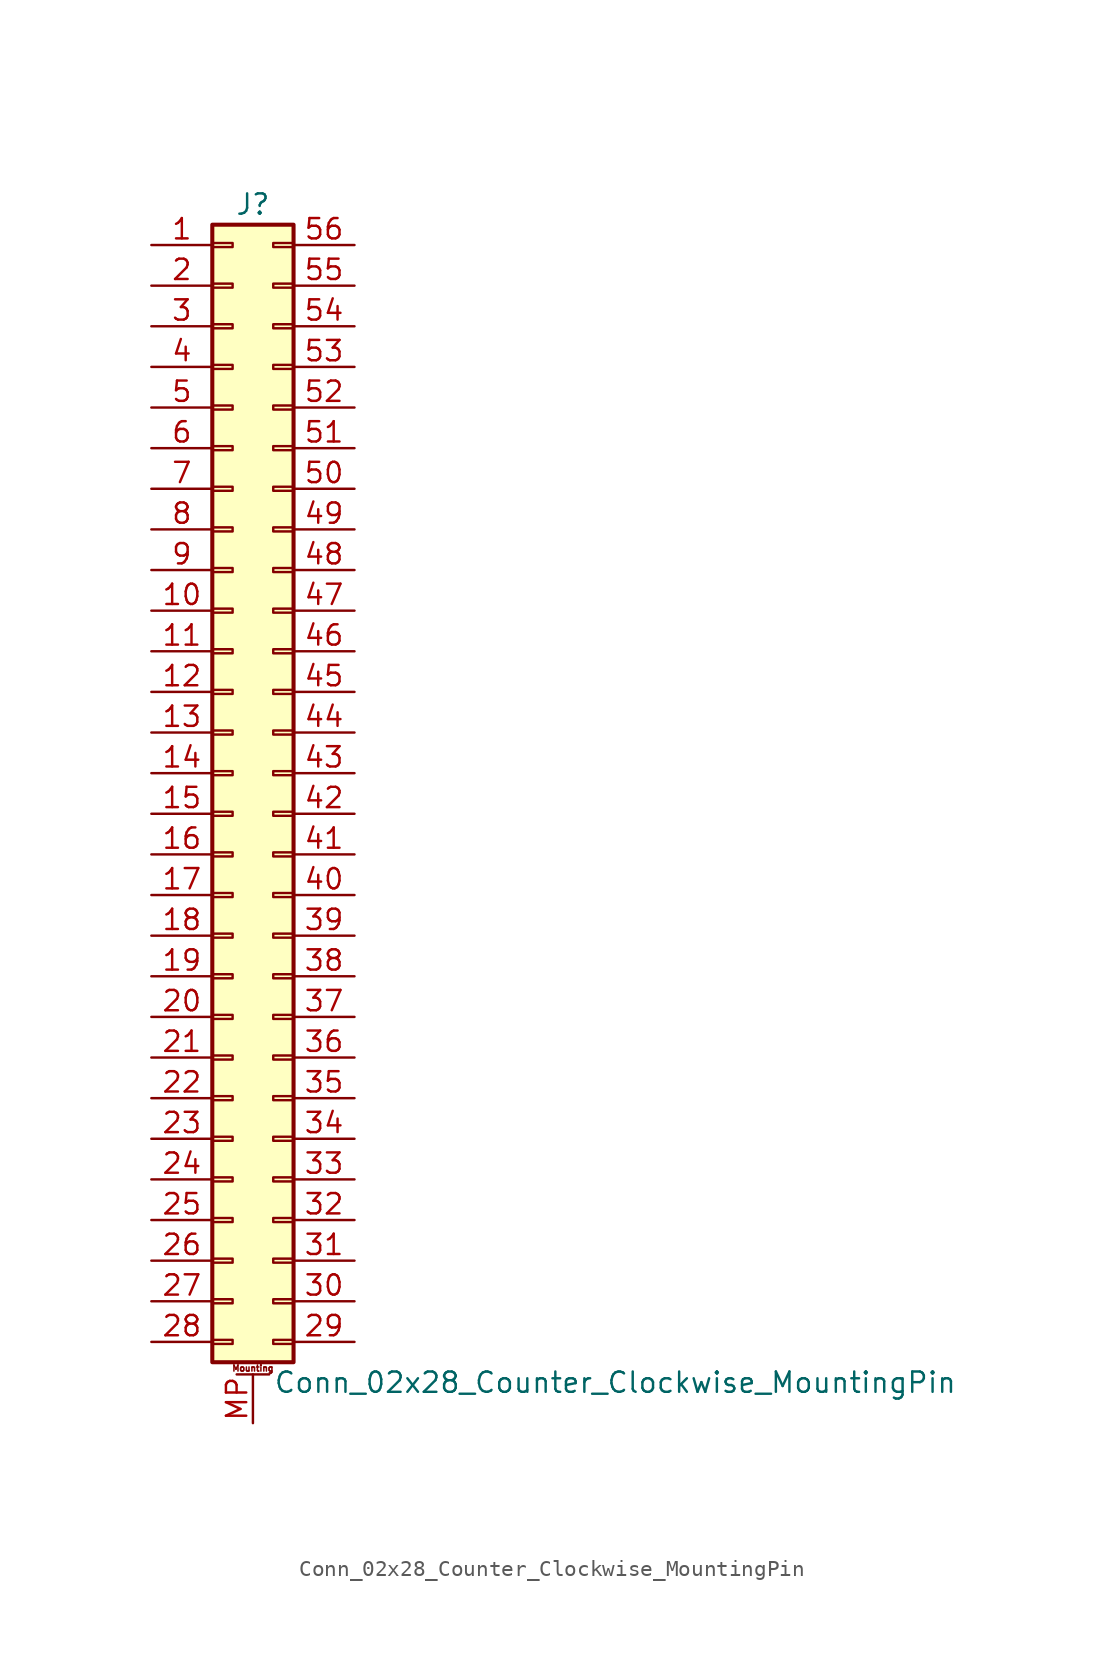
<source format=kicad_sym>
(kicad_symbol_lib
  (version 20201005)
  (generator kicad_symbol_editor)
  (symbol "Conn_02x28_Counter_Clockwise_MountingPin"
    (pin_names
      (offset 1.016) hide)
    (property "Reference" "J"
      (at 1.27 35.56 0)
      (effects (font (size 1.27 1.27))))
    (property "Value" "Conn_02x28_Counter_Clockwise_MountingPin"
      (at 2.54 -38.1 0)
      (effects (font (size 1.27 1.27)) (justify left)))
    (symbol "Conn_02x28_Counter_Clockwise_MountingPin_1_1"
      (text "Mounting" (at 1.27 -37.211 0) (effects (font (size 0.381 0.381))))
      (rectangle (start -1.27 -35.433) (end 0 -35.687) (stroke (width 0.152)) (fill (type none)))
      (rectangle (start -1.27 -32.893) (end 0 -33.147) (stroke (width 0.152)) (fill (type none)))
      (rectangle (start -1.27 -30.353) (end 0 -30.607) (stroke (width 0.152)) (fill (type none)))
      (rectangle (start -1.27 -27.813) (end 0 -28.067) (stroke (width 0.152)) (fill (type none)))
      (rectangle (start -1.27 -25.273) (end 0 -25.527) (stroke (width 0.152)) (fill (type none)))
      (rectangle (start -1.27 -22.733) (end 0 -22.987) (stroke (width 0.152)) (fill (type none)))
      (rectangle (start -1.27 -20.193) (end 0 -20.447) (stroke (width 0.152)) (fill (type none)))
      (rectangle (start -1.27 -17.653) (end 0 -17.907) (stroke (width 0.152)) (fill (type none)))
      (rectangle (start -1.27 -15.113) (end 0 -15.367) (stroke (width 0.152)) (fill (type none)))
      (rectangle (start -1.27 -12.573) (end 0 -12.827) (stroke (width 0.152)) (fill (type none)))
      (rectangle (start -1.27 -10.033) (end 0 -10.287) (stroke (width 0.152)) (fill (type none)))
      (rectangle (start -1.27 -7.493) (end 0 -7.747) (stroke (width 0.152)) (fill (type none)))
      (rectangle (start -1.27 -4.953) (end 0 -5.207) (stroke (width 0.152)) (fill (type none)))
      (rectangle (start -1.27 -2.413) (end 0 -2.667) (stroke (width 0.152)) (fill (type none)))
      (rectangle (start -1.27 0.127) (end 0 -0.127) (stroke (width 0.152)) (fill (type none)))
      (rectangle (start -1.27 2.667) (end 0 2.413) (stroke (width 0.152)) (fill (type none)))
      (rectangle (start -1.27 5.207) (end 0 4.953) (stroke (width 0.152)) (fill (type none)))
      (rectangle (start -1.27 7.747) (end 0 7.493) (stroke (width 0.152)) (fill (type none)))
      (rectangle (start -1.27 10.287) (end 0 10.033) (stroke (width 0.152)) (fill (type none)))
      (rectangle (start -1.27 12.827) (end 0 12.573) (stroke (width 0.152)) (fill (type none)))
      (rectangle (start -1.27 15.367) (end 0 15.113) (stroke (width 0.152)) (fill (type none)))
      (rectangle (start -1.27 17.907) (end 0 17.653) (stroke (width 0.152)) (fill (type none)))
      (rectangle (start -1.27 20.447) (end 0 20.193) (stroke (width 0.152)) (fill (type none)))
      (rectangle (start -1.27 22.987) (end 0 22.733) (stroke (width 0.152)) (fill (type none)))
      (rectangle (start -1.27 25.527) (end 0 25.273) (stroke (width 0.152)) (fill (type none)))
      (rectangle (start -1.27 28.067) (end 0 27.813) (stroke (width 0.152)) (fill (type none)))
      (rectangle (start -1.27 30.607) (end 0 30.353) (stroke (width 0.152)) (fill (type none)))
      (rectangle (start -1.27 33.147) (end 0 32.893) (stroke (width 0.152)) (fill (type none)))
      (rectangle (start 3.81 -35.433) (end 2.54 -35.687) (stroke (width 0.152)) (fill (type none)))
      (rectangle (start 3.81 -32.893) (end 2.54 -33.147) (stroke (width 0.152)) (fill (type none)))
      (rectangle (start 3.81 -30.353) (end 2.54 -30.607) (stroke (width 0.152)) (fill (type none)))
      (rectangle (start 3.81 -27.813) (end 2.54 -28.067) (stroke (width 0.152)) (fill (type none)))
      (rectangle (start 3.81 -25.273) (end 2.54 -25.527) (stroke (width 0.152)) (fill (type none)))
      (rectangle (start 3.81 -22.733) (end 2.54 -22.987) (stroke (width 0.152)) (fill (type none)))
      (rectangle (start 3.81 -20.193) (end 2.54 -20.447) (stroke (width 0.152)) (fill (type none)))
      (rectangle (start 3.81 -17.653) (end 2.54 -17.907) (stroke (width 0.152)) (fill (type none)))
      (rectangle (start 3.81 -15.113) (end 2.54 -15.367) (stroke (width 0.152)) (fill (type none)))
      (rectangle (start 3.81 -12.573) (end 2.54 -12.827) (stroke (width 0.152)) (fill (type none)))
      (rectangle (start 3.81 -10.033) (end 2.54 -10.287) (stroke (width 0.152)) (fill (type none)))
      (rectangle (start 3.81 -7.493) (end 2.54 -7.747) (stroke (width 0.152)) (fill (type none)))
      (rectangle (start 3.81 -4.953) (end 2.54 -5.207) (stroke (width 0.152)) (fill (type none)))
      (rectangle (start 3.81 -2.413) (end 2.54 -2.667) (stroke (width 0.152)) (fill (type none)))
      (rectangle (start 3.81 0.127) (end 2.54 -0.127) (stroke (width 0.152)) (fill (type none)))
      (rectangle (start 3.81 2.667) (end 2.54 2.413) (stroke (width 0.152)) (fill (type none)))
      (rectangle (start 3.81 5.207) (end 2.54 4.953) (stroke (width 0.152)) (fill (type none)))
      (rectangle (start 3.81 7.747) (end 2.54 7.493) (stroke (width 0.152)) (fill (type none)))
      (rectangle (start 3.81 10.287) (end 2.54 10.033) (stroke (width 0.152)) (fill (type none)))
      (rectangle (start 3.81 12.827) (end 2.54 12.573) (stroke (width 0.152)) (fill (type none)))
      (rectangle (start 3.81 15.367) (end 2.54 15.113) (stroke (width 0.152)) (fill (type none)))
      (rectangle (start 3.81 17.907) (end 2.54 17.653) (stroke (width 0.152)) (fill (type none)))
      (rectangle (start 3.81 20.447) (end 2.54 20.193) (stroke (width 0.152)) (fill (type none)))
      (rectangle (start 3.81 22.987) (end 2.54 22.733) (stroke (width 0.152)) (fill (type none)))
      (rectangle (start 3.81 25.527) (end 2.54 25.273) (stroke (width 0.152)) (fill (type none)))
      (rectangle (start 3.81 28.067) (end 2.54 27.813) (stroke (width 0.152)) (fill (type none)))
      (rectangle (start 3.81 30.607) (end 2.54 30.353) (stroke (width 0.152)) (fill (type none)))
      (rectangle (start 3.81 33.147) (end 2.54 32.893) (stroke (width 0.152)) (fill (type none)))
      (rectangle (start -1.27 34.29) (end 3.81 -36.83) (stroke (width 0.254)) (fill (type background)))
      (polyline (pts (xy 0.254 -37.592) (xy 2.286 -37.592)) (stroke (width 0.152)) (fill (type none)))
      (pin passive line (at -5.08 33.02 0) (length 3.81) (name "Pin_1" (effects (font (size 1.27 1.27)))) (number "1" (effects (font (size 1.27 1.27)))))
      (pin passive line (at -5.08 10.16 0) (length 3.81) (name "Pin_10" (effects (font (size 1.27 1.27)))) (number "10" (effects (font (size 1.27 1.27)))))
      (pin passive line (at -5.08 7.62 0) (length 3.81) (name "Pin_11" (effects (font (size 1.27 1.27)))) (number "11" (effects (font (size 1.27 1.27)))))
      (pin passive line (at -5.08 5.08 0) (length 3.81) (name "Pin_12" (effects (font (size 1.27 1.27)))) (number "12" (effects (font (size 1.27 1.27)))))
      (pin passive line (at -5.08 2.54 0) (length 3.81) (name "Pin_13" (effects (font (size 1.27 1.27)))) (number "13" (effects (font (size 1.27 1.27)))))
      (pin passive line (at -5.08 0 0) (length 3.81) (name "Pin_14" (effects (font (size 1.27 1.27)))) (number "14" (effects (font (size 1.27 1.27)))))
      (pin passive line (at -5.08 -2.54 0) (length 3.81) (name "Pin_15" (effects (font (size 1.27 1.27)))) (number "15" (effects (font (size 1.27 1.27)))))
      (pin passive line (at -5.08 -5.08 0) (length 3.81) (name "Pin_16" (effects (font (size 1.27 1.27)))) (number "16" (effects (font (size 1.27 1.27)))))
      (pin passive line (at -5.08 -7.62 0) (length 3.81) (name "Pin_17" (effects (font (size 1.27 1.27)))) (number "17" (effects (font (size 1.27 1.27)))))
      (pin passive line (at -5.08 -10.16 0) (length 3.81) (name "Pin_18" (effects (font (size 1.27 1.27)))) (number "18" (effects (font (size 1.27 1.27)))))
      (pin passive line (at -5.08 -12.7 0) (length 3.81) (name "Pin_19" (effects (font (size 1.27 1.27)))) (number "19" (effects (font (size 1.27 1.27)))))
      (pin passive line (at -5.08 30.48 0) (length 3.81) (name "Pin_2" (effects (font (size 1.27 1.27)))) (number "2" (effects (font (size 1.27 1.27)))))
      (pin passive line (at -5.08 -15.24 0) (length 3.81) (name "Pin_20" (effects (font (size 1.27 1.27)))) (number "20" (effects (font (size 1.27 1.27)))))
      (pin passive line (at -5.08 -17.78 0) (length 3.81) (name "Pin_21" (effects (font (size 1.27 1.27)))) (number "21" (effects (font (size 1.27 1.27)))))
      (pin passive line (at -5.08 -20.32 0) (length 3.81) (name "Pin_22" (effects (font (size 1.27 1.27)))) (number "22" (effects (font (size 1.27 1.27)))))
      (pin passive line (at -5.08 -22.86 0) (length 3.81) (name "Pin_23" (effects (font (size 1.27 1.27)))) (number "23" (effects (font (size 1.27 1.27)))))
      (pin passive line (at -5.08 -25.4 0) (length 3.81) (name "Pin_24" (effects (font (size 1.27 1.27)))) (number "24" (effects (font (size 1.27 1.27)))))
      (pin passive line (at -5.08 -27.94 0) (length 3.81) (name "Pin_25" (effects (font (size 1.27 1.27)))) (number "25" (effects (font (size 1.27 1.27)))))
      (pin passive line (at -5.08 -30.48 0) (length 3.81) (name "Pin_26" (effects (font (size 1.27 1.27)))) (number "26" (effects (font (size 1.27 1.27)))))
      (pin passive line (at -5.08 -33.02 0) (length 3.81) (name "Pin_27" (effects (font (size 1.27 1.27)))) (number "27" (effects (font (size 1.27 1.27)))))
      (pin passive line (at -5.08 -35.56 0) (length 3.81) (name "Pin_28" (effects (font (size 1.27 1.27)))) (number "28" (effects (font (size 1.27 1.27)))))
      (pin passive line (at 7.62 -35.56 180) (length 3.81) (name "Pin_29" (effects (font (size 1.27 1.27)))) (number "29" (effects (font (size 1.27 1.27)))))
      (pin passive line (at -5.08 27.94 0) (length 3.81) (name "Pin_3" (effects (font (size 1.27 1.27)))) (number "3" (effects (font (size 1.27 1.27)))))
      (pin passive line (at 7.62 -33.02 180) (length 3.81) (name "Pin_30" (effects (font (size 1.27 1.27)))) (number "30" (effects (font (size 1.27 1.27)))))
      (pin passive line (at 7.62 -30.48 180) (length 3.81) (name "Pin_31" (effects (font (size 1.27 1.27)))) (number "31" (effects (font (size 1.27 1.27)))))
      (pin passive line (at 7.62 -27.94 180) (length 3.81) (name "Pin_32" (effects (font (size 1.27 1.27)))) (number "32" (effects (font (size 1.27 1.27)))))
      (pin passive line (at 7.62 -25.4 180) (length 3.81) (name "Pin_33" (effects (font (size 1.27 1.27)))) (number "33" (effects (font (size 1.27 1.27)))))
      (pin passive line (at 7.62 -22.86 180) (length 3.81) (name "Pin_34" (effects (font (size 1.27 1.27)))) (number "34" (effects (font (size 1.27 1.27)))))
      (pin passive line (at 7.62 -20.32 180) (length 3.81) (name "Pin_35" (effects (font (size 1.27 1.27)))) (number "35" (effects (font (size 1.27 1.27)))))
      (pin passive line (at 7.62 -17.78 180) (length 3.81) (name "Pin_36" (effects (font (size 1.27 1.27)))) (number "36" (effects (font (size 1.27 1.27)))))
      (pin passive line (at 7.62 -15.24 180) (length 3.81) (name "Pin_37" (effects (font (size 1.27 1.27)))) (number "37" (effects (font (size 1.27 1.27)))))
      (pin passive line (at 7.62 -12.7 180) (length 3.81) (name "Pin_38" (effects (font (size 1.27 1.27)))) (number "38" (effects (font (size 1.27 1.27)))))
      (pin passive line (at 7.62 -10.16 180) (length 3.81) (name "Pin_39" (effects (font (size 1.27 1.27)))) (number "39" (effects (font (size 1.27 1.27)))))
      (pin passive line (at -5.08 25.4 0) (length 3.81) (name "Pin_4" (effects (font (size 1.27 1.27)))) (number "4" (effects (font (size 1.27 1.27)))))
      (pin passive line (at 7.62 -7.62 180) (length 3.81) (name "Pin_40" (effects (font (size 1.27 1.27)))) (number "40" (effects (font (size 1.27 1.27)))))
      (pin passive line (at 7.62 -5.08 180) (length 3.81) (name "Pin_41" (effects (font (size 1.27 1.27)))) (number "41" (effects (font (size 1.27 1.27)))))
      (pin passive line (at 7.62 -2.54 180) (length 3.81) (name "Pin_42" (effects (font (size 1.27 1.27)))) (number "42" (effects (font (size 1.27 1.27)))))
      (pin passive line (at 7.62 0 180) (length 3.81) (name "Pin_43" (effects (font (size 1.27 1.27)))) (number "43" (effects (font (size 1.27 1.27)))))
      (pin passive line (at 7.62 2.54 180) (length 3.81) (name "Pin_44" (effects (font (size 1.27 1.27)))) (number "44" (effects (font (size 1.27 1.27)))))
      (pin passive line (at 7.62 5.08 180) (length 3.81) (name "Pin_45" (effects (font (size 1.27 1.27)))) (number "45" (effects (font (size 1.27 1.27)))))
      (pin passive line (at 7.62 7.62 180) (length 3.81) (name "Pin_46" (effects (font (size 1.27 1.27)))) (number "46" (effects (font (size 1.27 1.27)))))
      (pin passive line (at 7.62 10.16 180) (length 3.81) (name "Pin_47" (effects (font (size 1.27 1.27)))) (number "47" (effects (font (size 1.27 1.27)))))
      (pin passive line (at 7.62 12.7 180) (length 3.81) (name "Pin_48" (effects (font (size 1.27 1.27)))) (number "48" (effects (font (size 1.27 1.27)))))
      (pin passive line (at 7.62 15.24 180) (length 3.81) (name "Pin_49" (effects (font (size 1.27 1.27)))) (number "49" (effects (font (size 1.27 1.27)))))
      (pin passive line (at -5.08 22.86 0) (length 3.81) (name "Pin_5" (effects (font (size 1.27 1.27)))) (number "5" (effects (font (size 1.27 1.27)))))
      (pin passive line (at 7.62 17.78 180) (length 3.81) (name "Pin_50" (effects (font (size 1.27 1.27)))) (number "50" (effects (font (size 1.27 1.27)))))
      (pin passive line (at 7.62 20.32 180) (length 3.81) (name "Pin_51" (effects (font (size 1.27 1.27)))) (number "51" (effects (font (size 1.27 1.27)))))
      (pin passive line (at 7.62 22.86 180) (length 3.81) (name "Pin_52" (effects (font (size 1.27 1.27)))) (number "52" (effects (font (size 1.27 1.27)))))
      (pin passive line (at 7.62 25.4 180) (length 3.81) (name "Pin_53" (effects (font (size 1.27 1.27)))) (number "53" (effects (font (size 1.27 1.27)))))
      (pin passive line (at 7.62 27.94 180) (length 3.81) (name "Pin_54" (effects (font (size 1.27 1.27)))) (number "54" (effects (font (size 1.27 1.27)))))
      (pin passive line (at 7.62 30.48 180) (length 3.81) (name "Pin_55" (effects (font (size 1.27 1.27)))) (number "55" (effects (font (size 1.27 1.27)))))
      (pin passive line (at 7.62 33.02 180) (length 3.81) (name "Pin_56" (effects (font (size 1.27 1.27)))) (number "56" (effects (font (size 1.27 1.27)))))
      (pin passive line (at -5.08 20.32 0) (length 3.81) (name "Pin_6" (effects (font (size 1.27 1.27)))) (number "6" (effects (font (size 1.27 1.27)))))
      (pin passive line (at -5.08 17.78 0) (length 3.81) (name "Pin_7" (effects (font (size 1.27 1.27)))) (number "7" (effects (font (size 1.27 1.27)))))
      (pin passive line (at -5.08 15.24 0) (length 3.81) (name "Pin_8" (effects (font (size 1.27 1.27)))) (number "8" (effects (font (size 1.27 1.27)))))
      (pin passive line (at -5.08 12.7 0) (length 3.81) (name "Pin_9" (effects (font (size 1.27 1.27)))) (number "9" (effects (font (size 1.27 1.27)))))
      (pin passive line (at 1.27 -40.64 90) (length 3.048) (name "MountPin" (effects (font (size 1.27 1.27)))) (number "MP" (effects (font (size 1.27 1.27))))))))
</source>
